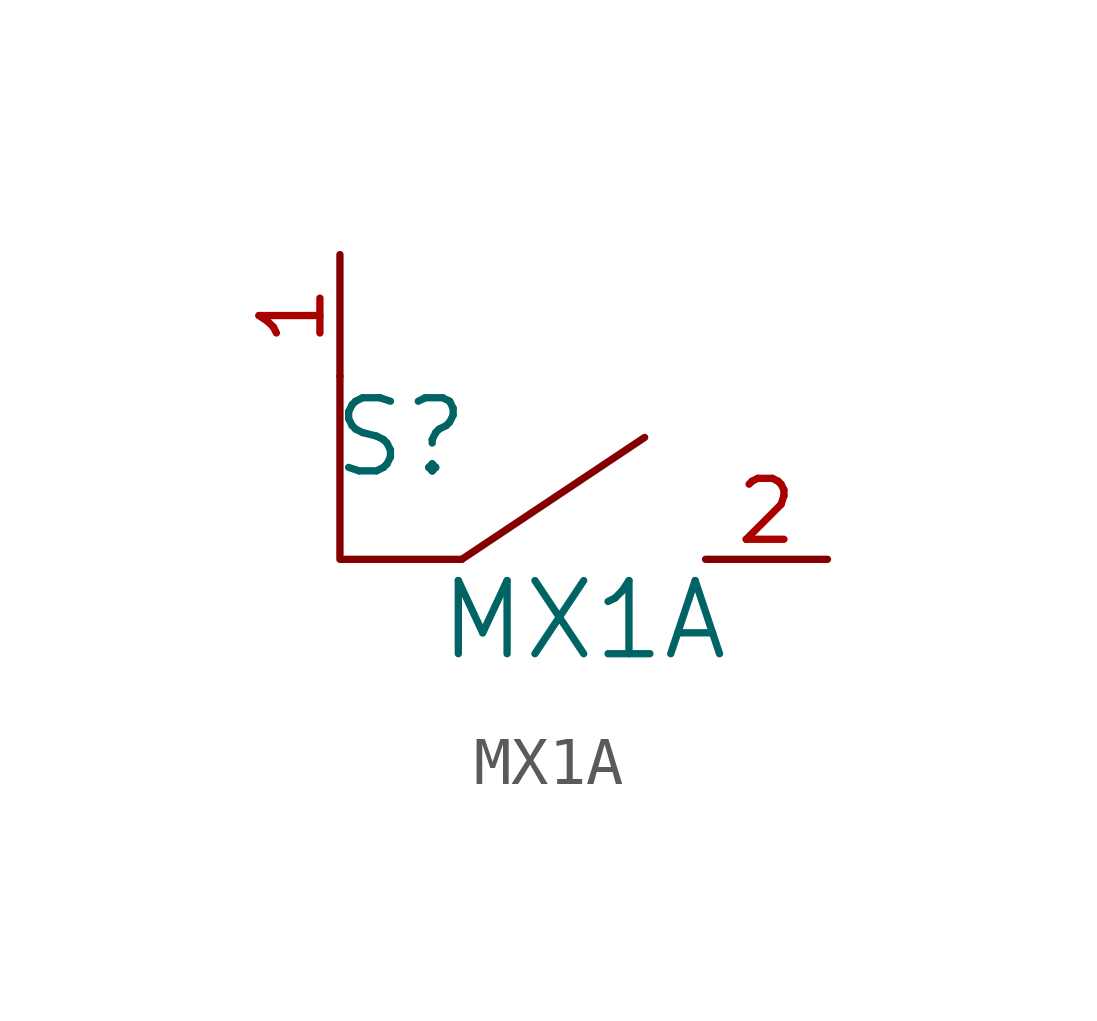
<source format=kicad_sym>
(kicad_symbol_lib
  (version 20211014)
  (generator kicad_symbol_editor)
  (symbol "MX1A"
    (pin_names
      (offset 1.016))
    (property "Reference" "S"
      (at -3.81 6.35 0)
      (effects (font (size 1.524 1.524))))
    (property "Value" "MX1A"
      (at 0 2.54 0)
      (effects (font (size 1.524 1.524))))
    (symbol "MX1A_0_1"
      (polyline (pts (xy -2.54 3.81) (xy 1.27 6.35)) (stroke (width 0) (type default) (color 0 0 0 0)) (fill (type none)))
      (polyline (pts (xy -5.08 7.62) (xy -5.08 3.81) (xy -2.54 3.81)) (stroke (width 0) (type default) (color 0 0 0 0)) (fill (type none))))
    (symbol "MX1A_1_1"
      (pin passive line (at -5.08 10.16 270) (length 2.54) (name "~" (effects (font (size 1.27 1.27)))) (number "1" (effects (font (size 1.27 1.27)))))
      (pin passive line (at 5.08 3.81 180) (length 2.54) (name "~" (effects (font (size 1.27 1.27)))) (number "2" (effects (font (size 1.27 1.27))))))))
</source>
